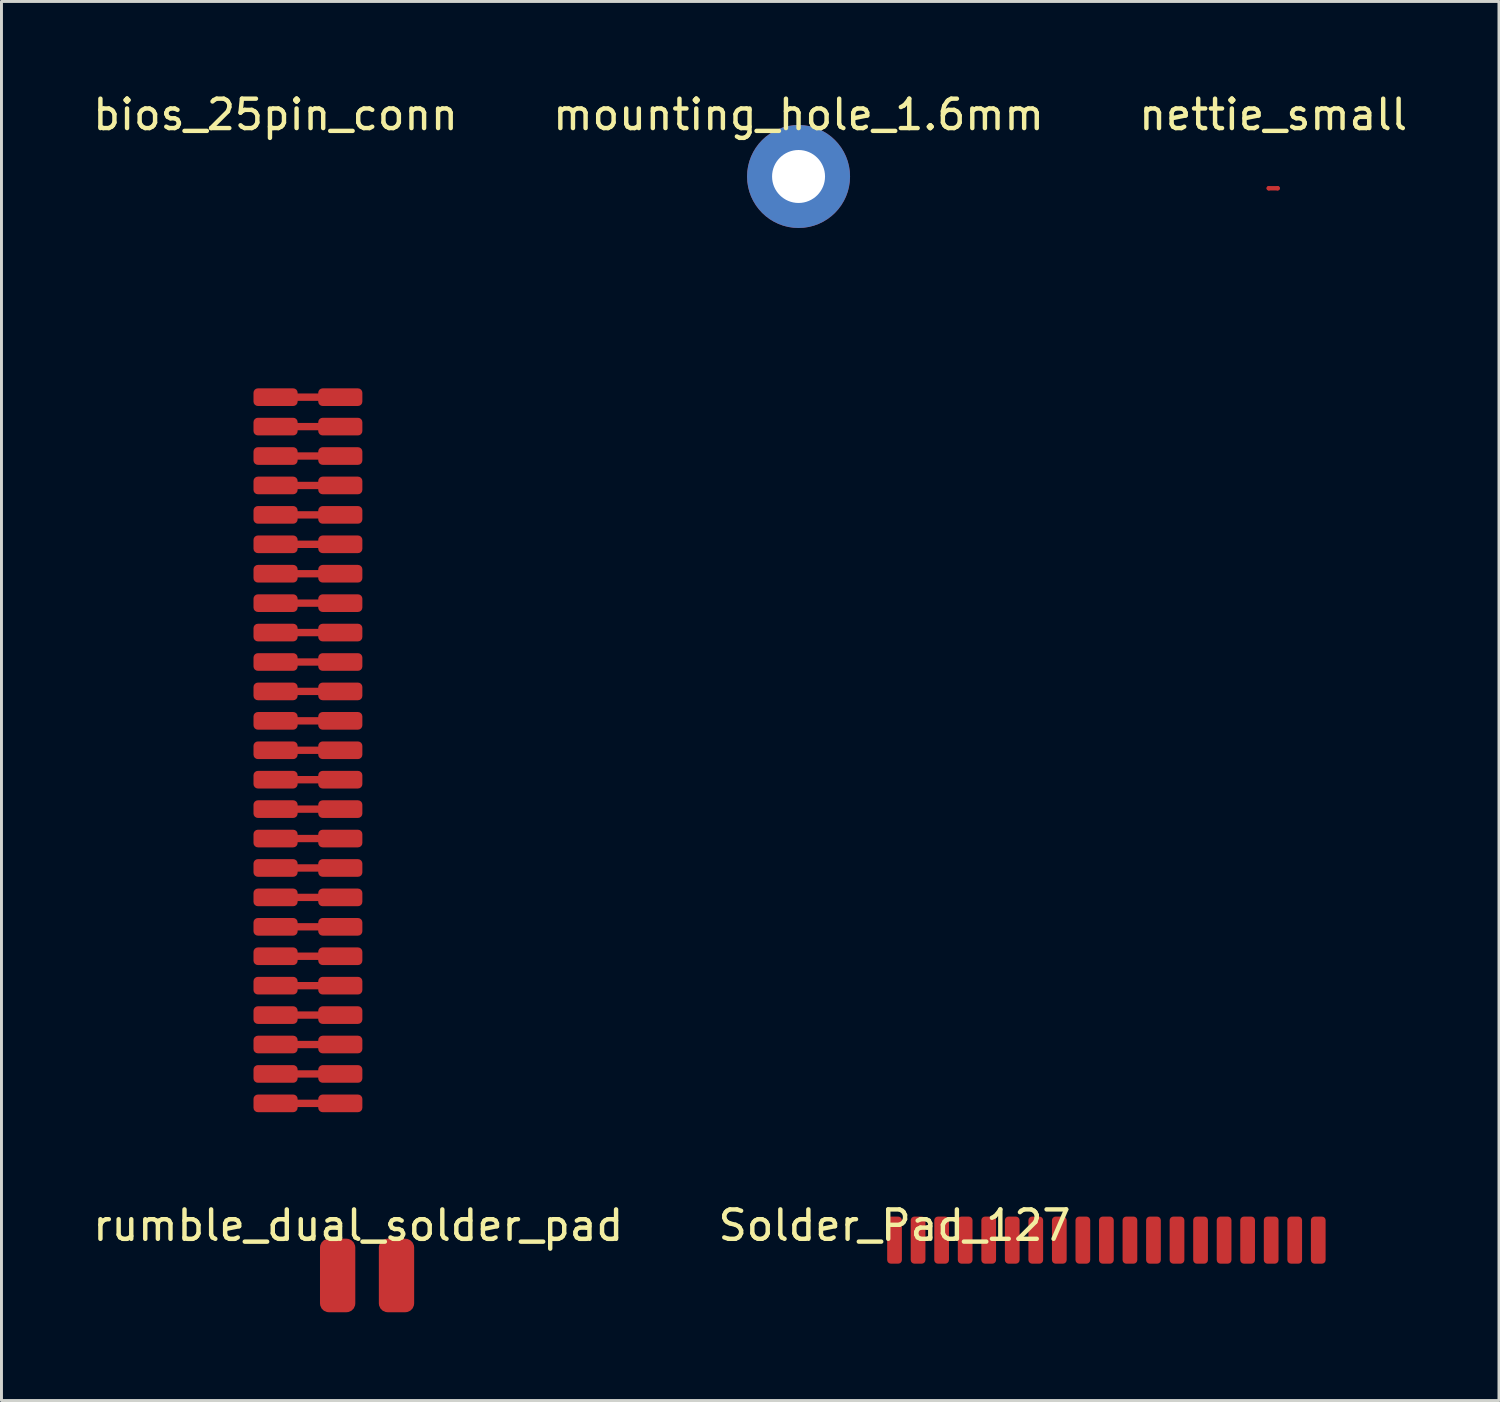
<source format=kicad_pcb>
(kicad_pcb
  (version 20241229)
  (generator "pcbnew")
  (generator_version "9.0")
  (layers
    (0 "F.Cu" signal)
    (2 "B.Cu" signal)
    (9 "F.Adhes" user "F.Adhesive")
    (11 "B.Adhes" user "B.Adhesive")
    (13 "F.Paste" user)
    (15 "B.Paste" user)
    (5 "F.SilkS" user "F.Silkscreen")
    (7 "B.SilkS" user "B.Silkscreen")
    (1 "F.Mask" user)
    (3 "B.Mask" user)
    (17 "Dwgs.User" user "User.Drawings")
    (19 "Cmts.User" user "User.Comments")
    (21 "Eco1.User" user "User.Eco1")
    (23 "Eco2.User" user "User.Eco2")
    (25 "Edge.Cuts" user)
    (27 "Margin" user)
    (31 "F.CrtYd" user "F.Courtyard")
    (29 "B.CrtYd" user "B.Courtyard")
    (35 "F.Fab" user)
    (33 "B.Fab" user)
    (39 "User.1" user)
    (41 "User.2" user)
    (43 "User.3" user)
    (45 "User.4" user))
  (footprint "Solder_Pad_127"
    (layer "F.Cu")
    (at 27.351 39.096)
    (property "Reference" "Solder_Pad_127" (at 0 -0.5 0) (unlocked yes) (layer "F.SilkS") (effects (font (size 1 1) (thickness 0.15))))
    (attr smd)
    (pad "1" smd roundrect (at 0 0) (size 0.5 1.6) (layers "F.Cu" "F.Mask") (roundrect_rratio 0.25))
    (pad "2" smd roundrect (at 0.8 0) (size 0.5 1.6) (layers "F.Cu" "F.Mask") (roundrect_rratio 0.25))
    (pad "3" smd roundrect (at 1.6 0) (size 0.5 1.6) (layers "F.Cu" "F.Mask") (roundrect_rratio 0.25))
    (pad "4" smd roundrect (at 2.4 0) (size 0.5 1.6) (layers "F.Cu" "F.Mask") (roundrect_rratio 0.25))
    (pad "5" smd roundrect (at 3.2 0) (size 0.5 1.6) (layers "F.Cu" "F.Mask") (roundrect_rratio 0.25))
    (pad "6" smd roundrect (at 4 0) (size 0.5 1.6) (layers "F.Cu" "F.Mask") (roundrect_rratio 0.25))
    (pad "7" smd roundrect (at 4.8 0) (size 0.5 1.6) (layers "F.Cu" "F.Mask") (roundrect_rratio 0.25))
    (pad "8" smd roundrect (at 5.6 0) (size 0.5 1.6) (layers "F.Cu" "F.Mask") (roundrect_rratio 0.25))
    (pad "9" smd roundrect (at 6.4 0) (size 0.5 1.6) (layers "F.Cu" "F.Mask") (roundrect_rratio 0.25))
    (pad "10" smd roundrect (at 7.2 0) (size 0.5 1.6) (layers "F.Cu" "F.Mask") (roundrect_rratio 0.25))
    (pad "11" smd roundrect (at 8 0) (size 0.5 1.6) (layers "F.Cu" "F.Mask") (roundrect_rratio 0.25))
    (pad "12" smd roundrect (at 8.8 0) (size 0.5 1.6) (layers "F.Cu" "F.Mask") (roundrect_rratio 0.25))
    (pad "13" smd roundrect (at 9.6 0) (size 0.5 1.6) (layers "F.Cu" "F.Mask") (roundrect_rratio 0.25))
    (pad "14" smd roundrect (at 10.4 0) (size 0.5 1.6) (layers "F.Cu" "F.Mask") (roundrect_rratio 0.25))
    (pad "15" smd roundrect (at 11.2 0) (size 0.5 1.6) (layers "F.Cu" "F.Mask") (roundrect_rratio 0.25))
    (pad "16" smd roundrect (at 12 0) (size 0.5 1.6) (layers "F.Cu" "F.Mask") (roundrect_rratio 0.25))
    (pad "17" smd roundrect (at 12.8 0) (size 0.5 1.6) (layers "F.Cu" "F.Mask") (roundrect_rratio 0.25))
    (pad "18" smd roundrect (at 13.6 0) (size 0.5 1.6) (layers "F.Cu" "F.Mask") (roundrect_rratio 0.25))
    (pad "19" smd roundrect (at 14.4 0) (size 0.5 1.6) (layers "F.Cu" "F.Mask") (roundrect_rratio 0.25)))
  (footprint "mounting_hole_1.6mm"
    (layer "F.Cu")
    (at 24.089 2.948)
    (property "Reference" "mounting_hole_1.6mm" (at 0 -2.1 0) (unlocked yes) (layer "F.SilkS") (effects (font (size 1 1) (thickness 0.15))))
    (attr through_hole)
    (pad "1" thru_hole circle (at 0 0) (size 3.5 3.5) (drill 1.8) (layers "*.Cu" "*.Mask") (remove_unused_layers yes) (keep_end_layers yes) (zone_layer_connections)))
  (footprint "rumble_dual_solder_pad"
    (layer "F.Cu")
    (at 8.425 40.297)
    (property "Reference" "rumble_dual_solder_pad" (at 0.7 -1.7 0) (unlocked yes) (layer "F.SilkS") (effects (font (size 1 1) (thickness 0.15))))
    (attr smd)
    (pad "1" smd roundrect (at 0 0) (size 1.2 2.5) (layers "F.Cu" "F.Mask") (roundrect_rratio 0.25))
    (pad "2" smd roundrect (at 2 0) (size 1.2 2.5) (layers "F.Cu" "F.Mask") (roundrect_rratio 0.25)))
  (footprint "bios_25pin_conn"
    (layer "F.Cu")
    (at 6.315 10.448)
    (property "Reference" "bios_25pin_conn" (at 0 -9.6 0) (unlocked yes) (layer "F.SilkS") (effects (font (size 1 1) (thickness 0.15))))
    (attr smd)
    (pad "1" smd roundrect (at 0 0) (size 1.5 0.6) (layers "F.Cu" "F.Mask" "F.Paste") (roundrect_rratio 0.25))
    (pad "1" smd roundrect (at 1.1 0) (size 2.2 0.25) (layers "F.Cu") (roundrect_rratio 0.25))
    (pad "1" smd roundrect (at 2.2 0) (size 1.5 0.6) (layers "F.Cu" "F.Mask" "F.Paste") (roundrect_rratio 0.25))
    (pad "2" smd roundrect (at 0 1) (size 1.5 0.6) (layers "F.Cu" "F.Mask" "F.Paste") (roundrect_rratio 0.25))
    (pad "2" smd roundrect (at 1.1 1) (size 2.2 0.25) (layers "F.Cu") (roundrect_rratio 0.25))
    (pad "2" smd roundrect (at 2.2 1) (size 1.5 0.6) (layers "F.Cu" "F.Mask" "F.Paste") (roundrect_rratio 0.25))
    (pad "3" smd roundrect (at 0 2) (size 1.5 0.6) (layers "F.Cu" "F.Mask" "F.Paste") (roundrect_rratio 0.25))
    (pad "3" smd roundrect (at 1.1 2) (size 2.2 0.25) (layers "F.Cu") (roundrect_rratio 0.25))
    (pad "3" smd roundrect (at 2.2 2) (size 1.5 0.6) (layers "F.Cu" "F.Mask" "F.Paste") (roundrect_rratio 0.25))
    (pad "4" smd roundrect (at 0 3) (size 1.5 0.6) (layers "F.Cu" "F.Mask" "F.Paste") (roundrect_rratio 0.25))
    (pad "4" smd roundrect (at 1.1 3) (size 2.2 0.25) (layers "F.Cu") (roundrect_rratio 0.25))
    (pad "4" smd roundrect (at 2.2 3) (size 1.5 0.6) (layers "F.Cu" "F.Mask" "F.Paste") (roundrect_rratio 0.25))
    (pad "5" smd roundrect (at 0 4) (size 1.5 0.6) (layers "F.Cu" "F.Mask" "F.Paste") (roundrect_rratio 0.25))
    (pad "5" smd roundrect (at 1.1 4) (size 2.2 0.25) (layers "F.Cu") (roundrect_rratio 0.25))
    (pad "5" smd roundrect (at 2.2 4) (size 1.5 0.6) (layers "F.Cu" "F.Mask" "F.Paste") (roundrect_rratio 0.25))
    (pad "6" smd roundrect (at 0 5) (size 1.5 0.6) (layers "F.Cu" "F.Mask" "F.Paste") (roundrect_rratio 0.25))
    (pad "6" smd roundrect (at 1.1 5) (size 2.2 0.25) (layers "F.Cu") (roundrect_rratio 0.25))
    (pad "6" smd roundrect (at 2.2 5) (size 1.5 0.6) (layers "F.Cu" "F.Mask" "F.Paste") (roundrect_rratio 0.25))
    (pad "7" smd roundrect (at 0 6) (size 1.5 0.6) (layers "F.Cu" "F.Mask" "F.Paste") (roundrect_rratio 0.25))
    (pad "7" smd roundrect (at 1.1 6) (size 2.2 0.25) (layers "F.Cu") (roundrect_rratio 0.25))
    (pad "7" smd roundrect (at 2.2 6) (size 1.5 0.6) (layers "F.Cu" "F.Mask" "F.Paste") (roundrect_rratio 0.25))
    (pad "8" smd roundrect (at 0 7) (size 1.5 0.6) (layers "F.Cu" "F.Mask" "F.Paste") (roundrect_rratio 0.25))
    (pad "8" smd roundrect (at 1.1 7) (size 2.2 0.25) (layers "F.Cu") (roundrect_rratio 0.25))
    (pad "8" smd roundrect (at 2.2 7) (size 1.5 0.6) (layers "F.Cu" "F.Mask" "F.Paste") (roundrect_rratio 0.25))
    (pad "9" smd roundrect (at 0 8) (size 1.5 0.6) (layers "F.Cu" "F.Mask" "F.Paste") (roundrect_rratio 0.25))
    (pad "9" smd roundrect (at 1.1 8) (size 2.2 0.25) (layers "F.Cu") (roundrect_rratio 0.25))
    (pad "9" smd roundrect (at 2.2 8) (size 1.5 0.6) (layers "F.Cu" "F.Mask" "F.Paste") (roundrect_rratio 0.25))
    (pad "10" smd roundrect (at 0 9) (size 1.5 0.6) (layers "F.Cu" "F.Mask" "F.Paste") (roundrect_rratio 0.25))
    (pad "10" smd roundrect (at 1.1 9) (size 2.2 0.25) (layers "F.Cu") (roundrect_rratio 0.25))
    (pad "10" smd roundrect (at 2.2 9) (size 1.5 0.6) (layers "F.Cu" "F.Mask" "F.Paste") (roundrect_rratio 0.25))
    (pad "11" smd roundrect (at 0 10) (size 1.5 0.6) (layers "F.Cu" "F.Mask" "F.Paste") (roundrect_rratio 0.25))
    (pad "11" smd roundrect (at 1.1 10) (size 2.2 0.25) (layers "F.Cu") (roundrect_rratio 0.25))
    (pad "11" smd roundrect (at 2.2 10) (size 1.5 0.6) (layers "F.Cu" "F.Mask" "F.Paste") (roundrect_rratio 0.25))
    (pad "12" smd roundrect (at 0 11) (size 1.5 0.6) (layers "F.Cu" "F.Mask" "F.Paste") (roundrect_rratio 0.25))
    (pad "12" smd roundrect (at 1.1 11) (size 2.2 0.25) (layers "F.Cu") (roundrect_rratio 0.25))
    (pad "12" smd roundrect (at 2.2 11) (size 1.5 0.6) (layers "F.Cu" "F.Mask" "F.Paste") (roundrect_rratio 0.25))
    (pad "13" smd roundrect (at 0 12) (size 1.5 0.6) (layers "F.Cu" "F.Mask" "F.Paste") (roundrect_rratio 0.25))
    (pad "13" smd roundrect (at 1.1 12) (size 2.2 0.25) (layers "F.Cu") (roundrect_rratio 0.25))
    (pad "13" smd roundrect (at 2.2 12) (size 1.5 0.6) (layers "F.Cu" "F.Mask" "F.Paste") (roundrect_rratio 0.25))
    (pad "14" smd roundrect (at 0 13) (size 1.5 0.6) (layers "F.Cu" "F.Mask" "F.Paste") (roundrect_rratio 0.25))
    (pad "14" smd roundrect (at 1.1 13) (size 2.2 0.25) (layers "F.Cu") (roundrect_rratio 0.25))
    (pad "14" smd roundrect (at 2.2 13) (size 1.5 0.6) (layers "F.Cu" "F.Mask" "F.Paste") (roundrect_rratio 0.25))
    (pad "15" smd roundrect (at 0 14) (size 1.5 0.6) (layers "F.Cu" "F.Mask" "F.Paste") (roundrect_rratio 0.25))
    (pad "15" smd roundrect (at 1.1 14) (size 2.2 0.25) (layers "F.Cu") (roundrect_rratio 0.25))
    (pad "15" smd roundrect (at 2.2 14) (size 1.5 0.6) (layers "F.Cu" "F.Mask" "F.Paste") (roundrect_rratio 0.25))
    (pad "16" smd roundrect (at 0 15) (size 1.5 0.6) (layers "F.Cu" "F.Mask" "F.Paste") (roundrect_rratio 0.25))
    (pad "16" smd roundrect (at 1.1 15) (size 2.2 0.25) (layers "F.Cu") (roundrect_rratio 0.25))
    (pad "16" smd roundrect (at 2.2 15) (size 1.5 0.6) (layers "F.Cu" "F.Mask" "F.Paste") (roundrect_rratio 0.25))
    (pad "17" smd roundrect (at 0 16) (size 1.5 0.6) (layers "F.Cu" "F.Mask" "F.Paste") (roundrect_rratio 0.25))
    (pad "17" smd roundrect (at 1.1 16) (size 2.2 0.25) (layers "F.Cu") (roundrect_rratio 0.25))
    (pad "17" smd roundrect (at 2.2 16) (size 1.5 0.6) (layers "F.Cu" "F.Mask" "F.Paste") (roundrect_rratio 0.25))
    (pad "18" smd roundrect (at 0 17) (size 1.5 0.6) (layers "F.Cu" "F.Mask" "F.Paste") (roundrect_rratio 0.25))
    (pad "18" smd roundrect (at 1.1 17) (size 2.2 0.25) (layers "F.Cu") (roundrect_rratio 0.25))
    (pad "18" smd roundrect (at 2.2 17) (size 1.5 0.6) (layers "F.Cu" "F.Mask" "F.Paste") (roundrect_rratio 0.25))
    (pad "19" smd roundrect (at 0 18) (size 1.5 0.6) (layers "F.Cu" "F.Mask" "F.Paste") (roundrect_rratio 0.25))
    (pad "19" smd roundrect (at 1.1 18) (size 2.2 0.25) (layers "F.Cu") (roundrect_rratio 0.25))
    (pad "19" smd roundrect (at 2.2 18) (size 1.5 0.6) (layers "F.Cu" "F.Mask" "F.Paste") (roundrect_rratio 0.25))
    (pad "20" smd roundrect (at 0 19) (size 1.5 0.6) (layers "F.Cu" "F.Mask" "F.Paste") (roundrect_rratio 0.25))
    (pad "20" smd roundrect (at 1.1 19) (size 2.2 0.25) (layers "F.Cu") (roundrect_rratio 0.25))
    (pad "20" smd roundrect (at 2.2 19) (size 1.5 0.6) (layers "F.Cu" "F.Mask" "F.Paste") (roundrect_rratio 0.25))
    (pad "21" smd roundrect (at 0 20) (size 1.5 0.6) (layers "F.Cu" "F.Mask" "F.Paste") (roundrect_rratio 0.25))
    (pad "21" smd roundrect (at 1.1 20) (size 2.2 0.25) (layers "F.Cu") (roundrect_rratio 0.25))
    (pad "21" smd roundrect (at 2.2 20) (size 1.5 0.6) (layers "F.Cu" "F.Mask" "F.Paste") (roundrect_rratio 0.25))
    (pad "22" smd roundrect (at 0 21) (size 1.5 0.6) (layers "F.Cu" "F.Mask" "F.Paste") (roundrect_rratio 0.25))
    (pad "22" smd roundrect (at 1.1 21) (size 2.2 0.25) (layers "F.Cu") (roundrect_rratio 0.25))
    (pad "22" smd roundrect (at 2.2 21) (size 1.5 0.6) (layers "F.Cu" "F.Mask" "F.Paste") (roundrect_rratio 0.25))
    (pad "23" smd roundrect (at 0 22) (size 1.5 0.6) (layers "F.Cu" "F.Mask" "F.Paste") (roundrect_rratio 0.25))
    (pad "23" smd roundrect (at 1.1 22) (size 2.2 0.25) (layers "F.Cu") (roundrect_rratio 0.25))
    (pad "23" smd roundrect (at 2.2 22) (size 1.5 0.6) (layers "F.Cu" "F.Mask" "F.Paste") (roundrect_rratio 0.25))
    (pad "24" smd roundrect (at 0 23) (size 1.5 0.6) (layers "F.Cu" "F.Mask" "F.Paste") (roundrect_rratio 0.25))
    (pad "24" smd roundrect (at 1.1 23) (size 2.2 0.25) (layers "F.Cu") (roundrect_rratio 0.25))
    (pad "24" smd roundrect (at 2.2 23) (size 1.5 0.6) (layers "F.Cu" "F.Mask" "F.Paste") (roundrect_rratio 0.25))
    (pad "25" smd roundrect (at 0 24) (size 1.5 0.6) (layers "F.Cu" "F.Mask" "F.Paste") (roundrect_rratio 0.25))
    (pad "25" smd roundrect (at 1.1 24) (size 2.2 0.25) (layers "F.Cu") (roundrect_rratio 0.25))
    (pad "25" smd roundrect (at 2.2 24) (size 1.5 0.6) (layers "F.Cu" "F.Mask" "F.Paste") (roundrect_rratio 0.25)))
  (footprint "nettie_small"
    (layer "F.Cu")
    (at 40.22 3.348)
    (property "Reference" "nettie_small" (at 0 -2.5 0) (unlocked yes) (layer "F.SilkS") (effects (font (size 1 1) (thickness 0.15))))
    (attr smd exclude_from_pos_files exclude_from_bom allow_missing_courtyard allow_soldermask_bridges)
    (fp_line (start -0.15 0) (end 0.15 0) (stroke (width 0.15) (type default)) (layer "F.Cu"))
    (pad "1" smd circle (at -0.15 0) (size 0.15 0.15) (layers "F.Cu"))
    (pad "2" smd circle (at 0.15 0) (size 0.15 0.15) (layers "F.Cu")))
  (gr_rect
    (start -3 -3)
    (end 47.893 44.547)
    (stroke (width 0.1) (type default))
    (fill no)
    (layer "Edge.Cuts")))
</source>
